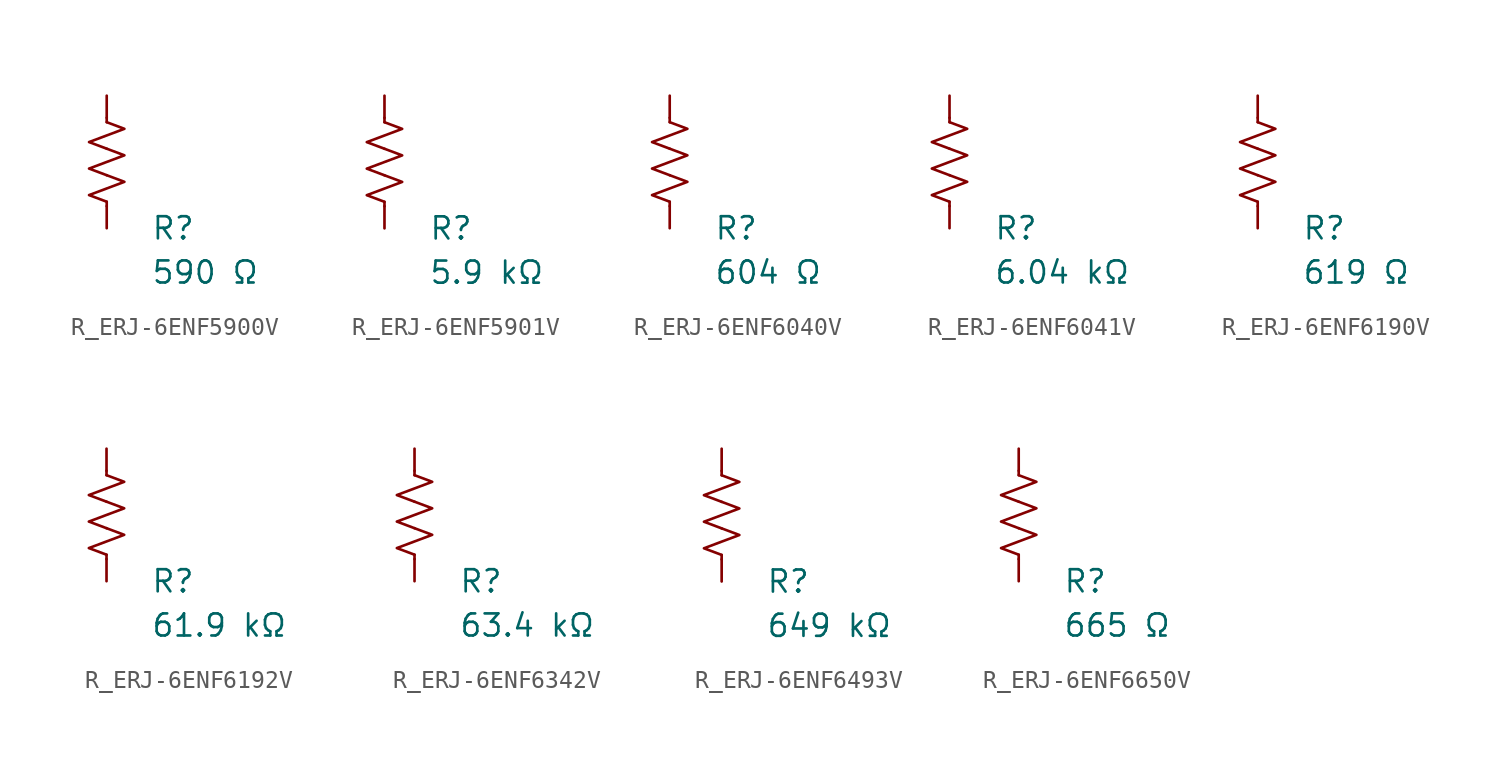
<source format=kicad_sym>
(kicad_symbol_lib
  (version 20231120)
  (generator "kicad_symbol_editor")
  (generator_version "8.0")
  (symbol "R_ERJ-6ENF5900V"
    (pin_numbers hide)
    (pin_names
      (offset 0))
    (property "Reference" "R"
      (at 2.54 -3.81 0)
      (effects (font (size 1.27 1.27)) (justify left))
      (show_name no))
    (property "Value" "590 Ω"
      (at 2.54 -6.35 0)
      (effects (font (size 1.27 1.27)) (justify left))
      (show_name no))
    (symbol "R_ERJ-6ENF5900V_0_1"
      (polyline (pts (xy 0 -2.286) (xy 0 -2.54)) (stroke (width 0) (type default)) (fill (type none)))
      (polyline (pts (xy 0 2.286) (xy 0 2.54)) (stroke (width 0) (type default)) (fill (type none)))
      (polyline (pts (xy 0 -0.762) (xy 1.016 -1.143) (xy 0 -1.524) (xy -1.016 -1.905) (xy 0 -2.286)) (stroke (width 0) (type default)) (fill (type none)))
      (polyline (pts (xy 0 0.762) (xy 1.016 0.381) (xy 0 0) (xy -1.016 -0.381) (xy 0 -0.762)) (stroke (width 0) (type default)) (fill (type none)))
      (polyline (pts (xy 0 2.286) (xy 1.016 1.905) (xy 0 1.524) (xy -1.016 1.143) (xy 0 0.762)) (stroke (width 0) (type default)) (fill (type none))))
    (symbol "R_ERJ-6ENF5900V_1_1"
      (pin passive line (at 0 3.81 270) (length 1.27) (name "~" (effects (font (size 1.27 1.27)))) (number "1" (effects (font (size 1.27 1.27)))))
      (pin passive line (at 0 -3.81 90) (length 1.27) (name "~" (effects (font (size 1.27 1.27)))) (number "2" (effects (font (size 1.27 1.27)))))))
  (symbol "R_ERJ-6ENF5901V"
    (pin_numbers hide)
    (pin_names
      (offset 0))
    (property "Reference" "R"
      (at 2.54 -3.81 0)
      (effects (font (size 1.27 1.27)) (justify left))
      (show_name no))
    (property "Value" "5.9 kΩ"
      (at 2.54 -6.35 0)
      (effects (font (size 1.27 1.27)) (justify left))
      (show_name no))
    (symbol "R_ERJ-6ENF5901V_0_1"
      (polyline (pts (xy 0 -2.286) (xy 0 -2.54)) (stroke (width 0) (type default)) (fill (type none)))
      (polyline (pts (xy 0 2.286) (xy 0 2.54)) (stroke (width 0) (type default)) (fill (type none)))
      (polyline (pts (xy 0 -0.762) (xy 1.016 -1.143) (xy 0 -1.524) (xy -1.016 -1.905) (xy 0 -2.286)) (stroke (width 0) (type default)) (fill (type none)))
      (polyline (pts (xy 0 0.762) (xy 1.016 0.381) (xy 0 0) (xy -1.016 -0.381) (xy 0 -0.762)) (stroke (width 0) (type default)) (fill (type none)))
      (polyline (pts (xy 0 2.286) (xy 1.016 1.905) (xy 0 1.524) (xy -1.016 1.143) (xy 0 0.762)) (stroke (width 0) (type default)) (fill (type none))))
    (symbol "R_ERJ-6ENF5901V_1_1"
      (pin passive line (at 0 3.81 270) (length 1.27) (name "~" (effects (font (size 1.27 1.27)))) (number "1" (effects (font (size 1.27 1.27)))))
      (pin passive line (at 0 -3.81 90) (length 1.27) (name "~" (effects (font (size 1.27 1.27)))) (number "2" (effects (font (size 1.27 1.27)))))))
  (symbol "R_ERJ-6ENF6040V"
    (pin_numbers hide)
    (pin_names
      (offset 0))
    (property "Reference" "R"
      (at 2.54 -3.81 0)
      (effects (font (size 1.27 1.27)) (justify left))
      (show_name no))
    (property "Value" "604 Ω"
      (at 2.54 -6.35 0)
      (effects (font (size 1.27 1.27)) (justify left))
      (show_name no))
    (symbol "R_ERJ-6ENF6040V_0_1"
      (polyline (pts (xy 0 -2.286) (xy 0 -2.54)) (stroke (width 0) (type default)) (fill (type none)))
      (polyline (pts (xy 0 2.286) (xy 0 2.54)) (stroke (width 0) (type default)) (fill (type none)))
      (polyline (pts (xy 0 -0.762) (xy 1.016 -1.143) (xy 0 -1.524) (xy -1.016 -1.905) (xy 0 -2.286)) (stroke (width 0) (type default)) (fill (type none)))
      (polyline (pts (xy 0 0.762) (xy 1.016 0.381) (xy 0 0) (xy -1.016 -0.381) (xy 0 -0.762)) (stroke (width 0) (type default)) (fill (type none)))
      (polyline (pts (xy 0 2.286) (xy 1.016 1.905) (xy 0 1.524) (xy -1.016 1.143) (xy 0 0.762)) (stroke (width 0) (type default)) (fill (type none))))
    (symbol "R_ERJ-6ENF6040V_1_1"
      (pin passive line (at 0 3.81 270) (length 1.27) (name "~" (effects (font (size 1.27 1.27)))) (number "1" (effects (font (size 1.27 1.27)))))
      (pin passive line (at 0 -3.81 90) (length 1.27) (name "~" (effects (font (size 1.27 1.27)))) (number "2" (effects (font (size 1.27 1.27)))))))
  (symbol "R_ERJ-6ENF6041V"
    (pin_numbers hide)
    (pin_names
      (offset 0))
    (property "Reference" "R"
      (at 2.54 -3.81 0)
      (effects (font (size 1.27 1.27)) (justify left))
      (show_name no))
    (property "Value" "6.04 kΩ"
      (at 2.54 -6.35 0)
      (effects (font (size 1.27 1.27)) (justify left))
      (show_name no))
    (symbol "R_ERJ-6ENF6041V_0_1"
      (polyline (pts (xy 0 -2.286) (xy 0 -2.54)) (stroke (width 0) (type default)) (fill (type none)))
      (polyline (pts (xy 0 2.286) (xy 0 2.54)) (stroke (width 0) (type default)) (fill (type none)))
      (polyline (pts (xy 0 -0.762) (xy 1.016 -1.143) (xy 0 -1.524) (xy -1.016 -1.905) (xy 0 -2.286)) (stroke (width 0) (type default)) (fill (type none)))
      (polyline (pts (xy 0 0.762) (xy 1.016 0.381) (xy 0 0) (xy -1.016 -0.381) (xy 0 -0.762)) (stroke (width 0) (type default)) (fill (type none)))
      (polyline (pts (xy 0 2.286) (xy 1.016 1.905) (xy 0 1.524) (xy -1.016 1.143) (xy 0 0.762)) (stroke (width 0) (type default)) (fill (type none))))
    (symbol "R_ERJ-6ENF6041V_1_1"
      (pin passive line (at 0 3.81 270) (length 1.27) (name "~" (effects (font (size 1.27 1.27)))) (number "1" (effects (font (size 1.27 1.27)))))
      (pin passive line (at 0 -3.81 90) (length 1.27) (name "~" (effects (font (size 1.27 1.27)))) (number "2" (effects (font (size 1.27 1.27)))))))
  (symbol "R_ERJ-6ENF6190V"
    (pin_numbers hide)
    (pin_names
      (offset 0))
    (property "Reference" "R"
      (at 2.54 -3.81 0)
      (effects (font (size 1.27 1.27)) (justify left))
      (show_name no))
    (property "Value" "619 Ω"
      (at 2.54 -6.35 0)
      (effects (font (size 1.27 1.27)) (justify left))
      (show_name no))
    (symbol "R_ERJ-6ENF6190V_0_1"
      (polyline (pts (xy 0 -2.286) (xy 0 -2.54)) (stroke (width 0) (type default)) (fill (type none)))
      (polyline (pts (xy 0 2.286) (xy 0 2.54)) (stroke (width 0) (type default)) (fill (type none)))
      (polyline (pts (xy 0 -0.762) (xy 1.016 -1.143) (xy 0 -1.524) (xy -1.016 -1.905) (xy 0 -2.286)) (stroke (width 0) (type default)) (fill (type none)))
      (polyline (pts (xy 0 0.762) (xy 1.016 0.381) (xy 0 0) (xy -1.016 -0.381) (xy 0 -0.762)) (stroke (width 0) (type default)) (fill (type none)))
      (polyline (pts (xy 0 2.286) (xy 1.016 1.905) (xy 0 1.524) (xy -1.016 1.143) (xy 0 0.762)) (stroke (width 0) (type default)) (fill (type none))))
    (symbol "R_ERJ-6ENF6190V_1_1"
      (pin passive line (at 0 3.81 270) (length 1.27) (name "~" (effects (font (size 1.27 1.27)))) (number "1" (effects (font (size 1.27 1.27)))))
      (pin passive line (at 0 -3.81 90) (length 1.27) (name "~" (effects (font (size 1.27 1.27)))) (number "2" (effects (font (size 1.27 1.27)))))))
  (symbol "R_ERJ-6ENF6192V"
    (pin_numbers hide)
    (pin_names
      (offset 0))
    (property "Reference" "R"
      (at 2.54 -3.81 0)
      (effects (font (size 1.27 1.27)) (justify left))
      (show_name no))
    (property "Value" "61.9 kΩ"
      (at 2.54 -6.35 0)
      (effects (font (size 1.27 1.27)) (justify left))
      (show_name no))
    (symbol "R_ERJ-6ENF6192V_0_1"
      (polyline (pts (xy 0 -2.286) (xy 0 -2.54)) (stroke (width 0) (type default)) (fill (type none)))
      (polyline (pts (xy 0 2.286) (xy 0 2.54)) (stroke (width 0) (type default)) (fill (type none)))
      (polyline (pts (xy 0 -0.762) (xy 1.016 -1.143) (xy 0 -1.524) (xy -1.016 -1.905) (xy 0 -2.286)) (stroke (width 0) (type default)) (fill (type none)))
      (polyline (pts (xy 0 0.762) (xy 1.016 0.381) (xy 0 0) (xy -1.016 -0.381) (xy 0 -0.762)) (stroke (width 0) (type default)) (fill (type none)))
      (polyline (pts (xy 0 2.286) (xy 1.016 1.905) (xy 0 1.524) (xy -1.016 1.143) (xy 0 0.762)) (stroke (width 0) (type default)) (fill (type none))))
    (symbol "R_ERJ-6ENF6192V_1_1"
      (pin passive line (at 0 3.81 270) (length 1.27) (name "~" (effects (font (size 1.27 1.27)))) (number "1" (effects (font (size 1.27 1.27)))))
      (pin passive line (at 0 -3.81 90) (length 1.27) (name "~" (effects (font (size 1.27 1.27)))) (number "2" (effects (font (size 1.27 1.27)))))))
  (symbol "R_ERJ-6ENF6342V"
    (pin_numbers hide)
    (pin_names
      (offset 0))
    (property "Reference" "R"
      (at 2.54 -3.81 0)
      (effects (font (size 1.27 1.27)) (justify left))
      (show_name no))
    (property "Value" "63.4 kΩ"
      (at 2.54 -6.35 0)
      (effects (font (size 1.27 1.27)) (justify left))
      (show_name no))
    (symbol "R_ERJ-6ENF6342V_0_1"
      (polyline (pts (xy 0 -2.286) (xy 0 -2.54)) (stroke (width 0) (type default)) (fill (type none)))
      (polyline (pts (xy 0 2.286) (xy 0 2.54)) (stroke (width 0) (type default)) (fill (type none)))
      (polyline (pts (xy 0 -0.762) (xy 1.016 -1.143) (xy 0 -1.524) (xy -1.016 -1.905) (xy 0 -2.286)) (stroke (width 0) (type default)) (fill (type none)))
      (polyline (pts (xy 0 0.762) (xy 1.016 0.381) (xy 0 0) (xy -1.016 -0.381) (xy 0 -0.762)) (stroke (width 0) (type default)) (fill (type none)))
      (polyline (pts (xy 0 2.286) (xy 1.016 1.905) (xy 0 1.524) (xy -1.016 1.143) (xy 0 0.762)) (stroke (width 0) (type default)) (fill (type none))))
    (symbol "R_ERJ-6ENF6342V_1_1"
      (pin passive line (at 0 3.81 270) (length 1.27) (name "~" (effects (font (size 1.27 1.27)))) (number "1" (effects (font (size 1.27 1.27)))))
      (pin passive line (at 0 -3.81 90) (length 1.27) (name "~" (effects (font (size 1.27 1.27)))) (number "2" (effects (font (size 1.27 1.27)))))))
  (symbol "R_ERJ-6ENF6493V"
    (pin_numbers hide)
    (pin_names
      (offset 0))
    (property "Reference" "R"
      (at 2.54 -3.81 0)
      (effects (font (size 1.27 1.27)) (justify left))
      (show_name no))
    (property "Value" "649 kΩ"
      (at 2.54 -6.35 0)
      (effects (font (size 1.27 1.27)) (justify left))
      (show_name no))
    (symbol "R_ERJ-6ENF6493V_0_1"
      (polyline (pts (xy 0 -2.286) (xy 0 -2.54)) (stroke (width 0) (type default)) (fill (type none)))
      (polyline (pts (xy 0 2.286) (xy 0 2.54)) (stroke (width 0) (type default)) (fill (type none)))
      (polyline (pts (xy 0 -0.762) (xy 1.016 -1.143) (xy 0 -1.524) (xy -1.016 -1.905) (xy 0 -2.286)) (stroke (width 0) (type default)) (fill (type none)))
      (polyline (pts (xy 0 0.762) (xy 1.016 0.381) (xy 0 0) (xy -1.016 -0.381) (xy 0 -0.762)) (stroke (width 0) (type default)) (fill (type none)))
      (polyline (pts (xy 0 2.286) (xy 1.016 1.905) (xy 0 1.524) (xy -1.016 1.143) (xy 0 0.762)) (stroke (width 0) (type default)) (fill (type none))))
    (symbol "R_ERJ-6ENF6493V_1_1"
      (pin passive line (at 0 3.81 270) (length 1.27) (name "~" (effects (font (size 1.27 1.27)))) (number "1" (effects (font (size 1.27 1.27)))))
      (pin passive line (at 0 -3.81 90) (length 1.27) (name "~" (effects (font (size 1.27 1.27)))) (number "2" (effects (font (size 1.27 1.27)))))))
  (symbol "R_ERJ-6ENF6650V"
    (pin_numbers hide)
    (pin_names
      (offset 0))
    (property "Reference" "R"
      (at 2.54 -3.81 0)
      (effects (font (size 1.27 1.27)) (justify left))
      (show_name no))
    (property "Value" "665 Ω"
      (at 2.54 -6.35 0)
      (effects (font (size 1.27 1.27)) (justify left))
      (show_name no))
    (symbol "R_ERJ-6ENF6650V_0_1"
      (polyline (pts (xy 0 -2.286) (xy 0 -2.54)) (stroke (width 0) (type default)) (fill (type none)))
      (polyline (pts (xy 0 2.286) (xy 0 2.54)) (stroke (width 0) (type default)) (fill (type none)))
      (polyline (pts (xy 0 -0.762) (xy 1.016 -1.143) (xy 0 -1.524) (xy -1.016 -1.905) (xy 0 -2.286)) (stroke (width 0) (type default)) (fill (type none)))
      (polyline (pts (xy 0 0.762) (xy 1.016 0.381) (xy 0 0) (xy -1.016 -0.381) (xy 0 -0.762)) (stroke (width 0) (type default)) (fill (type none)))
      (polyline (pts (xy 0 2.286) (xy 1.016 1.905) (xy 0 1.524) (xy -1.016 1.143) (xy 0 0.762)) (stroke (width 0) (type default)) (fill (type none))))
    (symbol "R_ERJ-6ENF6650V_1_1"
      (pin passive line (at 0 3.81 270) (length 1.27) (name "~" (effects (font (size 1.27 1.27)))) (number "1" (effects (font (size 1.27 1.27)))))
      (pin passive line (at 0 -3.81 90) (length 1.27) (name "~" (effects (font (size 1.27 1.27)))) (number "2" (effects (font (size 1.27 1.27))))))))
</source>
